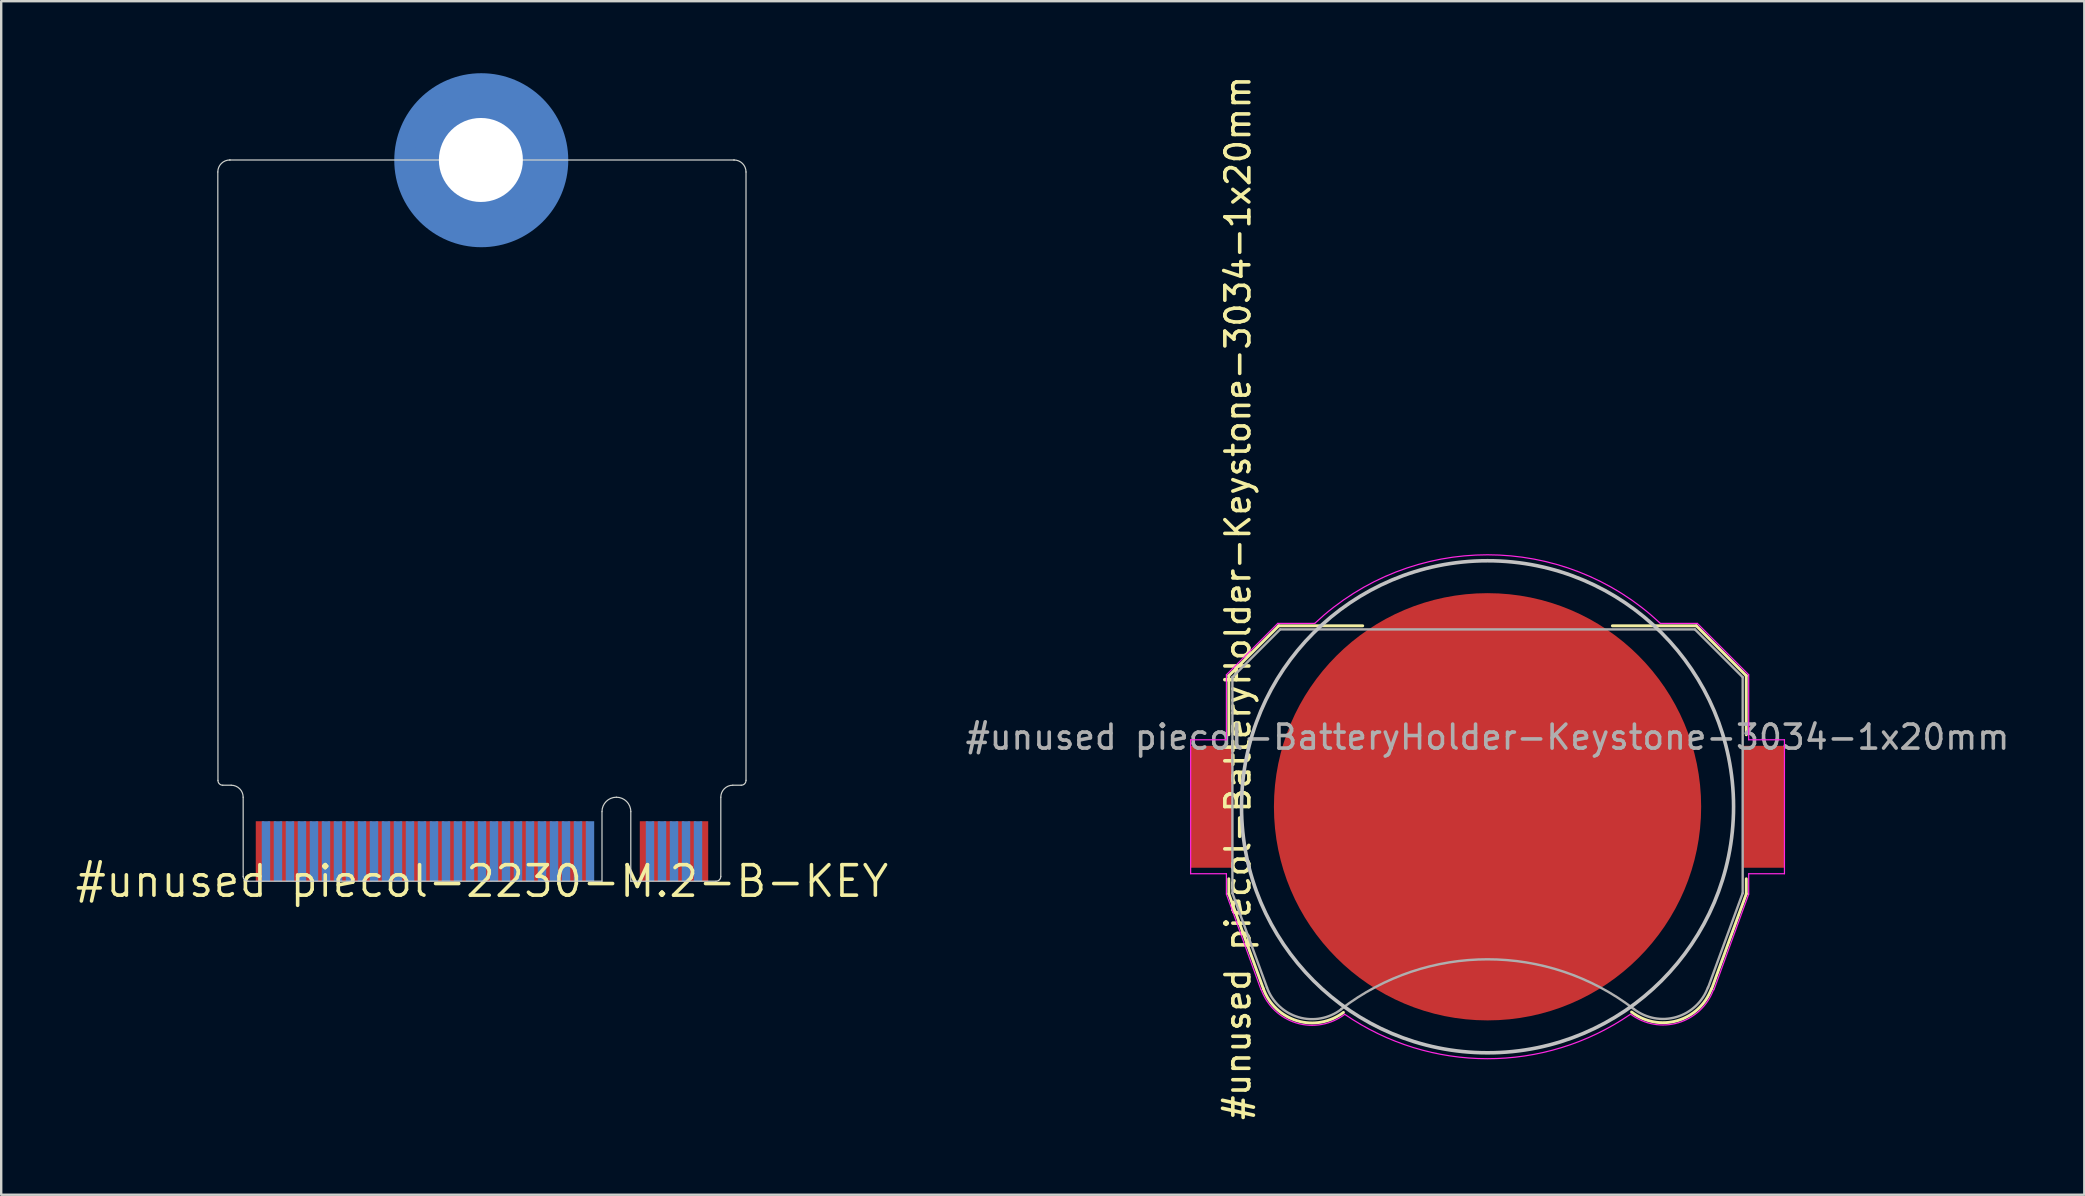
<source format=kicad_pcb>
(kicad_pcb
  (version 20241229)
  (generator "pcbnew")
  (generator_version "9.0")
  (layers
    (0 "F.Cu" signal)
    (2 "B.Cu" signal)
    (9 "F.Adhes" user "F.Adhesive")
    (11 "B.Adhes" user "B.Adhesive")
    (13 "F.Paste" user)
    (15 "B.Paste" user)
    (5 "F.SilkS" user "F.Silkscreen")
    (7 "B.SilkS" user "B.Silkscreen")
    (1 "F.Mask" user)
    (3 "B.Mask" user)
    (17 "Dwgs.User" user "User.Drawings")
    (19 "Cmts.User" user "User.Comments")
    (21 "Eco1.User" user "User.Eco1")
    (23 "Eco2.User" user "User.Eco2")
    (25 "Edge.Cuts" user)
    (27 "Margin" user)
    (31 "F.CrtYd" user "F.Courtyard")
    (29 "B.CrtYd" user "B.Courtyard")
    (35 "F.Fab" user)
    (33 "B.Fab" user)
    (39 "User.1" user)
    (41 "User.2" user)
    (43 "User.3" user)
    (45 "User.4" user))
  (footprint "#unused piecol-2230-M.2-B-KEY"
    (layer "F.Cu")
    (at 17.031 33.665)
    (property "Reference" "#unused piecol-2230-M.2-B-KEY" (at 0 0 0) (layer "F.SilkS") (effects (font (size 1.27 1.27) (thickness 0.15))))
    (fp_circle (center -0.03 -30.04) (end 2.97 -30.04) (stroke (width 1.25) (type solid)) (fill no) (layer "B.Cu"))
    (fp_line (start -11.006 -29.55) (end -11 -4.2) (stroke (width 0.05) (type solid)) (layer "Edge.Cuts"))
    (fp_line (start -10.8 -4) (end -10.45 -4) (stroke (width 0.05) (type solid)) (layer "Edge.Cuts"))
    (fp_line (start -10.5 -30.05) (end -10.506 -30.05) (stroke (width 0.05) (type default)) (layer "Edge.Cuts"))
    (fp_line (start -9.95 -3.5) (end -9.95 -0.2) (stroke (width 0.05) (type solid)) (layer "Edge.Cuts"))
    (fp_line (start -9.75 0) (end 5 0) (stroke (width 0.05) (type solid)) (layer "Edge.Cuts"))
    (fp_line (start 5 -2.9) (end 5 0) (stroke (width 0.05) (type solid)) (layer "Edge.Cuts"))
    (fp_line (start 6.2 -2.9) (end 6.2 0) (stroke (width 0.05) (type solid)) (layer "Edge.Cuts"))
    (fp_line (start 6.2 0) (end 9.75 0) (stroke (width 0.05) (type solid)) (layer "Edge.Cuts"))
    (fp_line (start 9.95 -0.2) (end 9.95 -3.5) (stroke (width 0.05) (type solid)) (layer "Edge.Cuts"))
    (fp_line (start 10.45 -4) (end 10.8 -4) (stroke (width 0.05) (type solid)) (layer "Edge.Cuts"))
    (fp_line (start 10.5 -30.05) (end -10.5 -30.05) (stroke (width 0.05) (type solid)) (layer "Edge.Cuts"))
    (fp_line (start 10.5 -30.05) (end 10.5 -30.05) (stroke (width 0.05) (type default)) (layer "Edge.Cuts"))
    (fp_line (start 11 -4.2) (end 11 -29.55) (stroke (width 0.05) (type solid)) (layer "Edge.Cuts"))
    (fp_arc (start -11.006444 -29.549872) (mid -10.86 -29.903553) (end -10.506447 -30.05) (stroke (width 0.05) (type solid)) (layer "Edge.Cuts"))
    (fp_arc (start -10.800001 -4) (mid -10.941421 -4.058579) (end -10.999997 -4.199949) (stroke (width 0.05) (type solid)) (layer "Edge.Cuts"))
    (fp_arc (start -10.450001 -4) (mid -10.096447 -3.853553) (end -9.95 -3.499999) (stroke (width 0.05) (type solid)) (layer "Edge.Cuts"))
    (fp_arc (start -9.749998 0) (mid -9.891421 -0.058579) (end -9.95 -0.200001) (stroke (width 0.05) (type solid)) (layer "Edge.Cuts"))
    (fp_arc (start 5 -2.9) (mid 5.175736 -3.324264) (end 5.6 -3.5) (stroke (width 0.05) (type solid)) (layer "Edge.Cuts"))
    (fp_arc (start 5.6 -3.5) (mid 6.024264 -3.324264) (end 6.2 -2.9) (stroke (width 0.05) (type solid)) (layer "Edge.Cuts"))
    (fp_arc (start 9.95 -3.5) (mid 10.096447 -3.853553) (end 10.45 -4) (stroke (width 0.05) (type solid)) (layer "Edge.Cuts"))
    (fp_arc (start 9.95 -0.2) (mid 9.891421 -0.058579) (end 9.75 0) (stroke (width 0.05) (type solid)) (layer "Edge.Cuts"))
    (fp_arc (start 10.5 -30.05) (mid 10.853553 -29.903553) (end 11 -29.55) (stroke (width 0.05) (type solid)) (layer "Edge.Cuts"))
    (fp_arc (start 11 -4.2) (mid 10.941421 -4.058579) (end 10.8 -4) (stroke (width 0.05) (type solid)) (layer "Edge.Cuts"))
    (pad "MOUNTING-HOLE" thru_hole circle (at -0.046 -30.05) (size 5.5 5.5) (drill 3.5) (layers "*.Cu" "*.Mask"))
    (pad "P$1" smd rect (at 9.25 -1.25) (size 0.35 2.5) (layers "F.Cu" "F.Mask" "F.Paste"))
    (pad "P$2" smd rect (at 9 -1.25) (size 0.35 2.5) (layers "B.Cu" "B.Mask" "B.Paste"))
    (pad "P$3" smd rect (at 8.75 -1.25) (size 0.35 2.5) (layers "F.Cu" "F.Mask" "F.Paste"))
    (pad "P$4" smd rect (at 8.5 -1.25) (size 0.35 2.5) (layers "B.Cu" "B.Mask" "B.Paste"))
    (pad "P$5" smd rect (at 8.25 -1.25) (size 0.35 2.5) (layers "F.Cu" "F.Mask" "F.Paste"))
    (pad "P$6" smd rect (at 8 -1.25) (size 0.35 2.5) (layers "B.Cu" "B.Mask" "B.Paste"))
    (pad "P$7" smd rect (at 7.75 -1.25) (size 0.35 2.5) (layers "F.Cu" "F.Mask" "F.Paste"))
    (pad "P$8" smd rect (at 7.5 -1.25) (size 0.35 2.5) (layers "B.Cu" "B.Mask" "B.Paste"))
    (pad "P$9" smd rect (at 7.25 -1.25) (size 0.35 2.5) (layers "F.Cu" "F.Mask" "F.Paste"))
    (pad "P$10" smd rect (at 7 -1.25) (size 0.35 2.5) (layers "B.Cu" "B.Mask" "B.Paste"))
    (pad "P$11" smd rect (at 6.75 -1.25) (size 0.35 2.5) (layers "F.Cu" "F.Mask" "F.Paste"))
    (pad "P$20" smd rect (at 4.5 -1.25) (size 0.35 2.5) (layers "B.Cu" "B.Mask" "B.Paste"))
    (pad "P$21" smd rect (at 4.25 -1.25) (size 0.35 2.5) (layers "F.Cu" "F.Mask" "F.Paste"))
    (pad "P$22" smd rect (at 4 -1.25) (size 0.35 2.5) (layers "B.Cu" "B.Mask" "B.Paste"))
    (pad "P$23" smd rect (at 3.75 -1.25) (size 0.35 2.5) (layers "F.Cu" "F.Mask" "F.Paste"))
    (pad "P$24" smd rect (at 3.5 -1.25) (size 0.35 2.5) (layers "B.Cu" "B.Mask" "B.Paste"))
    (pad "P$25" smd rect (at 3.25 -1.25) (size 0.35 2.5) (layers "F.Cu" "F.Mask" "F.Paste"))
    (pad "P$26" smd rect (at 3 -1.25) (size 0.35 2.5) (layers "B.Cu" "B.Mask" "B.Paste"))
    (pad "P$27" smd rect (at 2.75 -1.25) (size 0.35 2.5) (layers "F.Cu" "F.Mask" "F.Paste"))
    (pad "P$28" smd rect (at 2.5 -1.25) (size 0.35 2.5) (layers "B.Cu" "B.Mask" "B.Paste"))
    (pad "P$29" smd rect (at 2.25 -1.25) (size 0.35 2.5) (layers "F.Cu" "F.Mask" "F.Paste"))
    (pad "P$30" smd rect (at 2 -1.25) (size 0.35 2.5) (layers "B.Cu" "B.Mask" "B.Paste"))
    (pad "P$31" smd rect (at 1.75 -1.25) (size 0.35 2.5) (layers "F.Cu" "F.Mask" "F.Paste"))
    (pad "P$32" smd rect (at 1.5 -1.25) (size 0.35 2.5) (layers "B.Cu" "B.Mask" "B.Paste"))
    (pad "P$33" smd rect (at 1.25 -1.25) (size 0.35 2.5) (layers "F.Cu" "F.Mask" "F.Paste"))
    (pad "P$34" smd rect (at 1 -1.25) (size 0.35 2.5) (layers "B.Cu" "B.Mask" "B.Paste"))
    (pad "P$35" smd rect (at 0.75 -1.25) (size 0.35 2.5) (layers "F.Cu" "F.Mask" "F.Paste"))
    (pad "P$36" smd rect (at 0.5 -1.25) (size 0.35 2.5) (layers "B.Cu" "B.Mask" "B.Paste"))
    (pad "P$37" smd rect (at 0.25 -1.25) (size 0.35 2.5) (layers "F.Cu" "F.Mask" "F.Paste"))
    (pad "P$38" smd rect (at 0 -1.25) (size 0.35 2.5) (layers "B.Cu" "B.Mask" "B.Paste"))
    (pad "P$39" smd rect (at -0.25 -1.25) (size 0.35 2.5) (layers "F.Cu" "F.Mask" "F.Paste"))
    (pad "P$40" smd rect (at -0.5 -1.25) (size 0.35 2.5) (layers "B.Cu" "B.Mask" "B.Paste"))
    (pad "P$41" smd rect (at -0.75 -1.25) (size 0.35 2.5) (layers "F.Cu" "F.Mask" "F.Paste"))
    (pad "P$42" smd rect (at -1 -1.25) (size 0.35 2.5) (layers "B.Cu" "B.Mask" "B.Paste"))
    (pad "P$43" smd rect (at -1.25 -1.25) (size 0.35 2.5) (layers "F.Cu" "F.Mask" "F.Paste"))
    (pad "P$44" smd rect (at -1.5 -1.25) (size 0.35 2.5) (layers "B.Cu" "B.Mask" "B.Paste"))
    (pad "P$45" smd rect (at -1.75 -1.25) (size 0.35 2.5) (layers "F.Cu" "F.Mask" "F.Paste"))
    (pad "P$46" smd rect (at -2 -1.25) (size 0.35 2.5) (layers "B.Cu" "B.Mask" "B.Paste"))
    (pad "P$47" smd rect (at -2.25 -1.25) (size 0.35 2.5) (layers "F.Cu" "F.Mask" "F.Paste"))
    (pad "P$48" smd rect (at -2.5 -1.25) (size 0.35 2.5) (layers "B.Cu" "B.Mask" "B.Paste"))
    (pad "P$49" smd rect (at -2.75 -1.25) (size 0.35 2.5) (layers "F.Cu" "F.Mask" "F.Paste"))
    (pad "P$50" smd rect (at -3 -1.25) (size 0.35 2.5) (layers "B.Cu" "B.Mask" "B.Paste"))
    (pad "P$51" smd rect (at -3.25 -1.25) (size 0.35 2.5) (layers "F.Cu" "F.Mask" "F.Paste"))
    (pad "P$52" smd rect (at -3.5 -1.25) (size 0.35 2.5) (layers "B.Cu" "B.Mask" "B.Paste"))
    (pad "P$53" smd rect (at -3.75 -1.25) (size 0.35 2.5) (layers "F.Cu" "F.Mask" "F.Paste"))
    (pad "P$54" smd rect (at -4 -1.25) (size 0.35 2.5) (layers "B.Cu" "B.Mask" "B.Paste"))
    (pad "P$55" smd rect (at -4.25 -1.25) (size 0.35 2.5) (layers "F.Cu" "F.Mask" "F.Paste"))
    (pad "P$56" smd rect (at -4.5 -1.25) (size 0.35 2.5) (layers "B.Cu" "B.Mask" "B.Paste"))
    (pad "P$57" smd rect (at -4.75 -1.25) (size 0.35 2.5) (layers "F.Cu" "F.Mask" "F.Paste"))
    (pad "P$58" smd rect (at -5 -1.25) (size 0.35 2.5) (layers "B.Cu" "B.Mask" "B.Paste"))
    (pad "P$59" smd rect (at -5.25 -1.25) (size 0.35 2.5) (layers "F.Cu" "F.Mask" "F.Paste"))
    (pad "P$60" smd rect (at -5.5 -1.25) (size 0.35 2.5) (layers "B.Cu" "B.Mask" "B.Paste"))
    (pad "P$61" smd rect (at -5.75 -1.25) (size 0.35 2.5) (layers "F.Cu" "F.Mask" "F.Paste"))
    (pad "P$62" smd rect (at -6 -1.25) (size 0.35 2.5) (layers "B.Cu" "B.Mask" "B.Paste"))
    (pad "P$63" smd rect (at -6.25 -1.25) (size 0.35 2.5) (layers "F.Cu" "F.Mask" "F.Paste"))
    (pad "P$64" smd rect (at -6.5 -1.25) (size 0.35 2.5) (layers "B.Cu" "B.Mask" "B.Paste"))
    (pad "P$65" smd rect (at -6.75 -1.25) (size 0.35 2.5) (layers "F.Cu" "F.Mask" "F.Paste"))
    (pad "P$66" smd rect (at -7 -1.25) (size 0.35 2.5) (layers "B.Cu" "B.Mask" "B.Paste"))
    (pad "P$67" smd rect (at -7.25 -1.25) (size 0.35 2.5) (layers "F.Cu" "F.Mask" "F.Paste"))
    (pad "P$68" smd rect (at -7.5 -1.25) (size 0.35 2.5) (layers "B.Cu" "B.Mask" "B.Paste"))
    (pad "P$69" smd rect (at -7.75 -1.25) (size 0.35 2.5) (layers "F.Cu" "F.Mask" "F.Paste"))
    (pad "P$70" smd rect (at -8 -1.25) (size 0.35 2.5) (layers "B.Cu" "B.Mask" "B.Paste"))
    (pad "P$71" smd rect (at -8.25 -1.25) (size 0.35 2.5) (layers "F.Cu" "F.Mask" "F.Paste"))
    (pad "P$72" smd rect (at -8.5 -1.25) (size 0.35 2.5) (layers "B.Cu" "B.Mask" "B.Paste"))
    (pad "P$73" smd rect (at -8.75 -1.25) (size 0.35 2.5) (layers "F.Cu" "F.Mask" "F.Paste"))
    (pad "P$74" smd rect (at -9 -1.25) (size 0.35 2.5) (layers "B.Cu" "B.Mask" "B.Paste"))
    (pad "P$75" smd rect (at -9.25 -1.25) (size 0.35 2.5) (layers "F.Cu" "F.Mask" "F.Paste")))
  (footprint "#unused piecol-BatteryHolder-Keystone-3034-1x20mm"
    (layer "F.Cu")
    (at 58.926 30.563)
    (property "Reference" "#unused piecol-BatteryHolder-Keystone-3034-1x20mm" (at -10.4 -8.7 270) (layer "F.SilkS") (effects (font (size 1 1) (thickness 0.15))))
    (attr smd)
    (fp_line (start -10.78 -5.46) (end -10.78 -3) (stroke (width 0.12) (type solid)) (layer "F.SilkS"))
    (fp_line (start -10.78 3) (end -10.78 3.63) (stroke (width 0.12) (type solid)) (layer "F.SilkS"))
    (fp_line (start -10.78 3.63) (end -9.34 7.58) (stroke (width 0.12) (type solid)) (layer "F.SilkS"))
    (fp_line (start -8.7 -7.54) (end -10.78 -5.46) (stroke (width 0.12) (type solid)) (layer "F.SilkS"))
    (fp_line (start -5.2 -7.54) (end -8.7 -7.54) (stroke (width 0.12) (type solid)) (layer "F.SilkS"))
    (fp_line (start 8.7 -7.54) (end 5.2 -7.54) (stroke (width 0.12) (type solid)) (layer "F.SilkS"))
    (fp_line (start 8.7 -7.54) (end 10.78 -5.46) (stroke (width 0.12) (type solid)) (layer "F.SilkS"))
    (fp_line (start 10.78 -5.46) (end 10.78 -3) (stroke (width 0.12) (type solid)) (layer "F.SilkS"))
    (fp_line (start 10.78 3) (end 10.78 3.63) (stroke (width 0.12) (type solid)) (layer "F.SilkS"))
    (fp_line (start 10.78 3.63) (end 9.34 7.58) (stroke (width 0.12) (type solid)) (layer "F.SilkS"))
    (fp_arc (start -6.003354 8.56653) (mid -7.921654 8.918738) (end -9.34 7.58) (stroke (width 0.12) (type solid)) (layer "F.SilkS"))
    (fp_arc (start 9.325243 7.588169) (mid 7.90634 8.911668) (end 6 8.55) (stroke (width 0.12) (type solid)) (layer "F.SilkS"))
    (fp_circle (center 0 0) (end 0 10.25) (stroke (width 0.15) (type solid)) (fill no) (layer "Dwgs.User"))
    (fp_line (start -12.37 -2.79) (end -12.37 2.79) (stroke (width 0.05) (type solid)) (layer "F.CrtYd"))
    (fp_line (start -12.37 2.79) (end -10.88 2.79) (stroke (width 0.05) (type solid)) (layer "F.CrtYd"))
    (fp_line (start -10.88 -5.5) (end -10.88 -2.79) (stroke (width 0.05) (type solid)) (layer "F.CrtYd"))
    (fp_line (start -10.88 -2.79) (end -12.37 -2.79) (stroke (width 0.05) (type solid)) (layer "F.CrtYd"))
    (fp_line (start -10.88 2.79) (end -10.88 3.64) (stroke (width 0.05) (type solid)) (layer "F.CrtYd"))
    (fp_line (start -10.88 3.64) (end -9.44 7.62) (stroke (width 0.05) (type solid)) (layer "F.CrtYd"))
    (fp_line (start -8.74 -7.64) (end -10.88 -5.5) (stroke (width 0.05) (type solid)) (layer "F.CrtYd"))
    (fp_line (start -7.2 -7.64) (end -8.74 -7.64) (stroke (width 0.05) (type solid)) (layer "F.CrtYd"))
    (fp_line (start 8.74 -7.64) (end 7.2 -7.64) (stroke (width 0.05) (type solid)) (layer "F.CrtYd"))
    (fp_line (start 9.43 7.63) (end 10.88 3.64) (stroke (width 0.05) (type solid)) (layer "F.CrtYd"))
    (fp_line (start 10.88 -5.5) (end 8.74 -7.64) (stroke (width 0.05) (type solid)) (layer "F.CrtYd"))
    (fp_line (start 10.88 -2.79) (end 10.88 -5.5) (stroke (width 0.05) (type solid)) (layer "F.CrtYd"))
    (fp_line (start 10.88 2.79) (end 12.37 2.79) (stroke (width 0.05) (type solid)) (layer "F.CrtYd"))
    (fp_line (start 10.88 3.64) (end 10.88 2.79) (stroke (width 0.05) (type solid)) (layer "F.CrtYd"))
    (fp_line (start 12.37 -2.79) (end 10.88 -2.79) (stroke (width 0.05) (type solid)) (layer "F.CrtYd"))
    (fp_line (start 12.37 2.79) (end 12.37 -2.79) (stroke (width 0.05) (type solid)) (layer "F.CrtYd"))
    (fp_arc (start -7.199546 -7.640427) (mid 0.000312 -10.498075) (end 7.2 -7.64) (stroke (width 0.05) (type solid)) (layer "F.CrtYd"))
    (fp_arc (start -5.956965 8.654604) (mid -7.953941 9.011629) (end -9.43 7.62) (stroke (width 0.05) (type solid)) (layer "F.CrtYd"))
    (fp_arc (start 5.945368 8.650075) (mid -0.008883 10.496243) (end -5.96 8.64) (stroke (width 0.05) (type solid)) (layer "F.CrtYd"))
    (fp_arc (start 9.415144 7.621341) (mid 7.944017 9.000493) (end 5.96 8.64) (stroke (width 0.05) (type solid)) (layer "F.CrtYd"))
    (fp_line (start -10.63 -5.4) (end -8.64 -7.39) (stroke (width 0.1) (type solid)) (layer "F.Fab"))
    (fp_line (start -10.63 3.6) (end -10.63 -5.4) (stroke (width 0.1) (type solid)) (layer "F.Fab"))
    (fp_line (start -9.19 7.53) (end -10.63 3.6) (stroke (width 0.1) (type solid)) (layer "F.Fab"))
    (fp_line (start -8.64 -7.39) (end 8.64 -7.39) (stroke (width 0.1) (type solid)) (layer "F.Fab"))
    (fp_line (start 8.64 -7.39) (end 10.63 -5.4) (stroke (width 0.1) (type solid)) (layer "F.Fab"))
    (fp_line (start 10.63 -5.4) (end 10.63 3.6) (stroke (width 0.1) (type solid)) (layer "F.Fab"))
    (fp_line (start 10.63 3.6) (end 9.19 7.53) (stroke (width 0.1) (type solid)) (layer "F.Fab"))
    (fp_arc (start -6.096146 8.438508) (mid -7.87328 8.768206) (end -9.19 7.53) (stroke (width 0.1) (type solid)) (layer "F.Fab"))
    (fp_arc (start -6.094852 8.426043) (mid 0.003247 6.355257) (end 6.1 8.43) (stroke (width 0.1) (type solid)) (layer "F.Fab"))
    (fp_arc (start 9.180727 7.528882) (mid 7.868698 8.760067) (end 6.1 8.43) (stroke (width 0.1) (type solid)) (layer "F.Fab"))
    (fp_text user "${REFERENCE}" (at 0 -2.9 180) (layer "F.Fab") (effects (font (size 1 1) (thickness 0.15))))
    (pad "1" smd rect (at -11.485 0) (size 1.77 5.08) (layers "F.Cu" "F.Mask" "F.Paste"))
    (pad "1" smd rect (at 11.485 0) (size 1.77 5.08) (layers "F.Cu" "F.Mask" "F.Paste"))
    (pad "2" smd circle (at 0 0) (size 17.8 17.8) (layers "F.Cu" "F.Mask")))
  (gr_rect
    (start -3 -3)
    (end 83.789 46.726)
    (stroke (width 0.1) (type default))
    (fill no)
    (layer "Edge.Cuts")))
</source>
